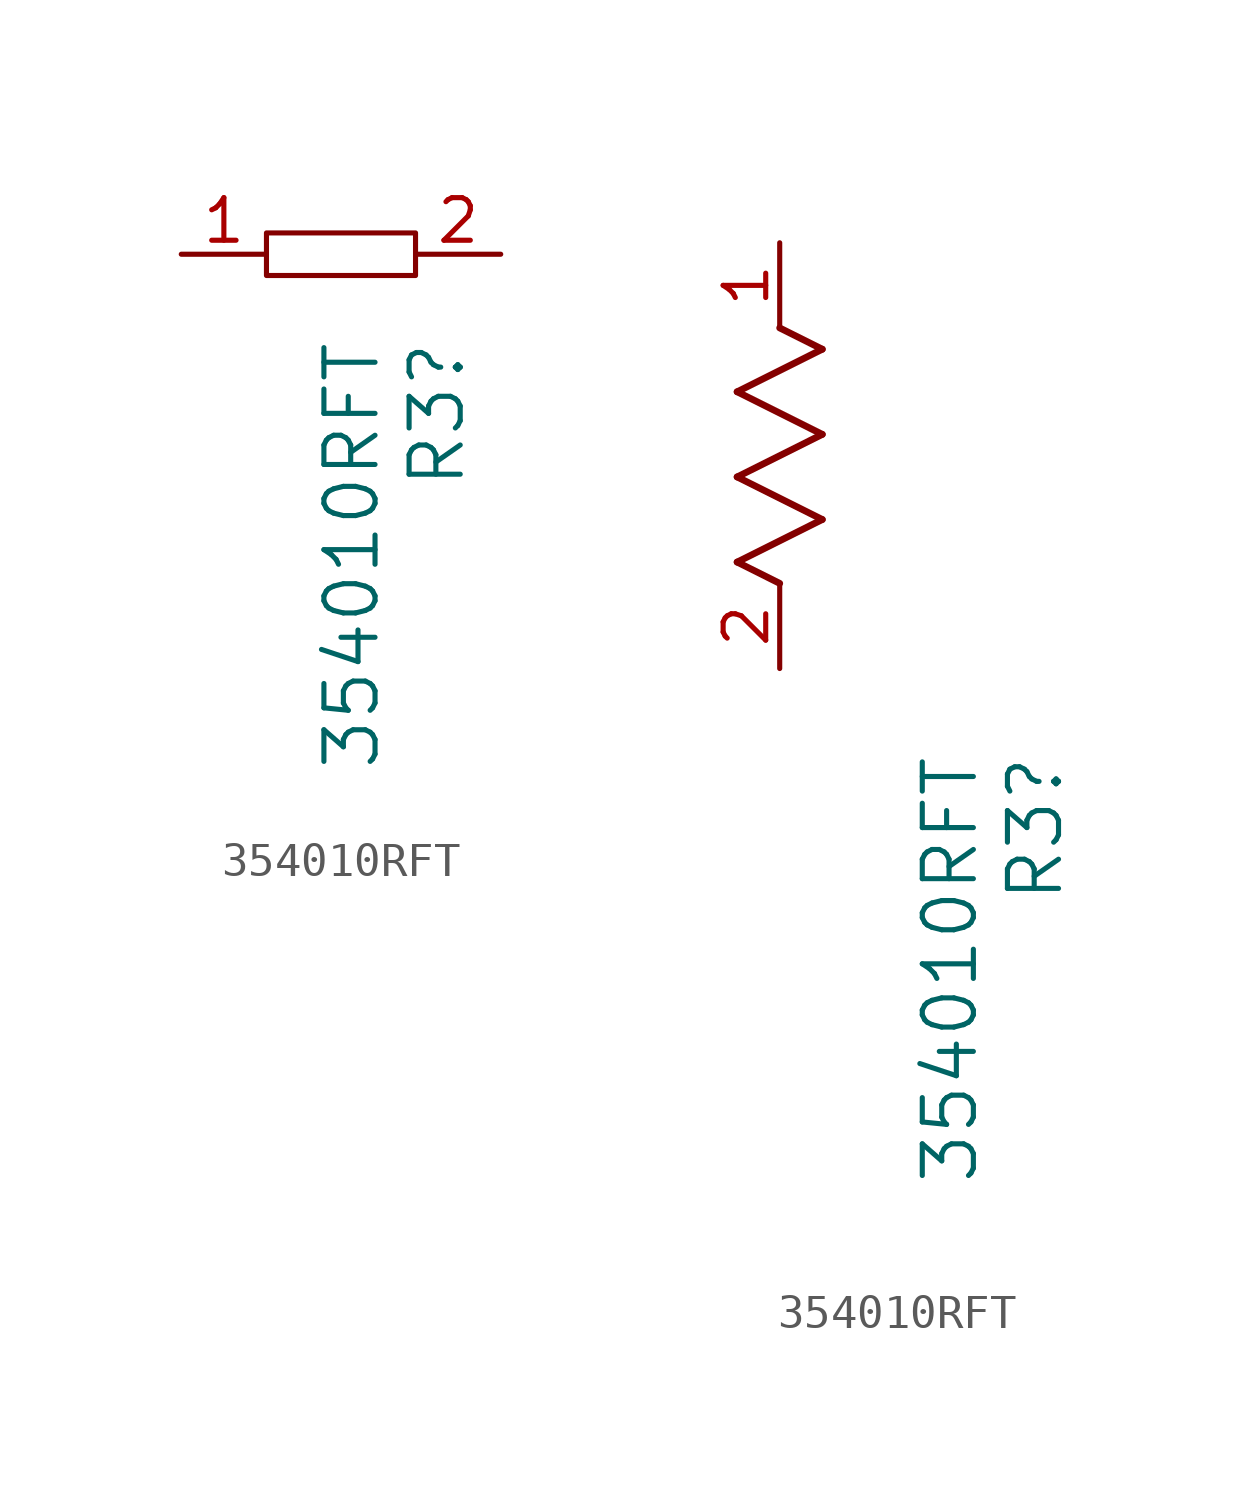
<source format=kicad_sym>
(kicad_symbol_lib
  (version 20220914)
  (generator kicad_symbol_editor)
  (symbol "354010RFT"
    (pin_names
      (offset 0.254))
    (property "Reference" "R3"
      (at 7.62 -2.54 90)
      (effects (font (size 1.524 1.524)) (justify right)))
    (property "Value" "354010RFT"
      (at 5.08 -2.54 90)
      (effects (font (size 1.524 1.524)) (justify right)))
    (property "ki_locked" ""
      (at 0 0 0)
      (effects (font (size 1.27 1.27))))
    (symbol "354010RFT_1_1"
      (rectangle (start 2.54 0.635) (end 6.985 -0.635) (stroke (width 0) (type default)) (fill (type none)))
      (pin unspecified line (at 0 0 0) (length 2.54) (name "" (effects (font (size 1.27 1.27)))) (number "1" (effects (font (size 1.27 1.27)))))
      (pin unspecified line (at 9.525 0 180) (length 2.54) (name "" (effects (font (size 1.27 1.27)))) (number "2" (effects (font (size 1.27 1.27))))))
    (symbol "354010RFT_1_2"
      (polyline (pts (xy -1.27 3.175) (xy 1.27 4.445)) (stroke (width 0.203) (type default)) (fill (type none)))
      (polyline (pts (xy -1.27 5.715) (xy 1.27 6.985)) (stroke (width 0.203) (type default)) (fill (type none)))
      (polyline (pts (xy -1.27 8.255) (xy 1.27 9.525)) (stroke (width 0.203) (type default)) (fill (type none)))
      (polyline (pts (xy 0 2.54) (xy -1.27 3.175)) (stroke (width 0.203) (type default)) (fill (type none)))
      (polyline (pts (xy 1.27 4.445) (xy -1.27 5.715)) (stroke (width 0.203) (type default)) (fill (type none)))
      (polyline (pts (xy 1.27 6.985) (xy -1.27 8.255)) (stroke (width 0.203) (type default)) (fill (type none)))
      (polyline (pts (xy 1.27 9.525) (xy 0 10.16)) (stroke (width 0.203) (type default)) (fill (type none)))
      (pin unspecified line (at 0 12.7 270) (length 2.54) (name "" (effects (font (size 1.27 1.27)))) (number "1" (effects (font (size 1.27 1.27)))))
      (pin unspecified line (at 0 0 90) (length 2.54) (name "" (effects (font (size 1.27 1.27)))) (number "2" (effects (font (size 1.27 1.27))))))))
</source>
